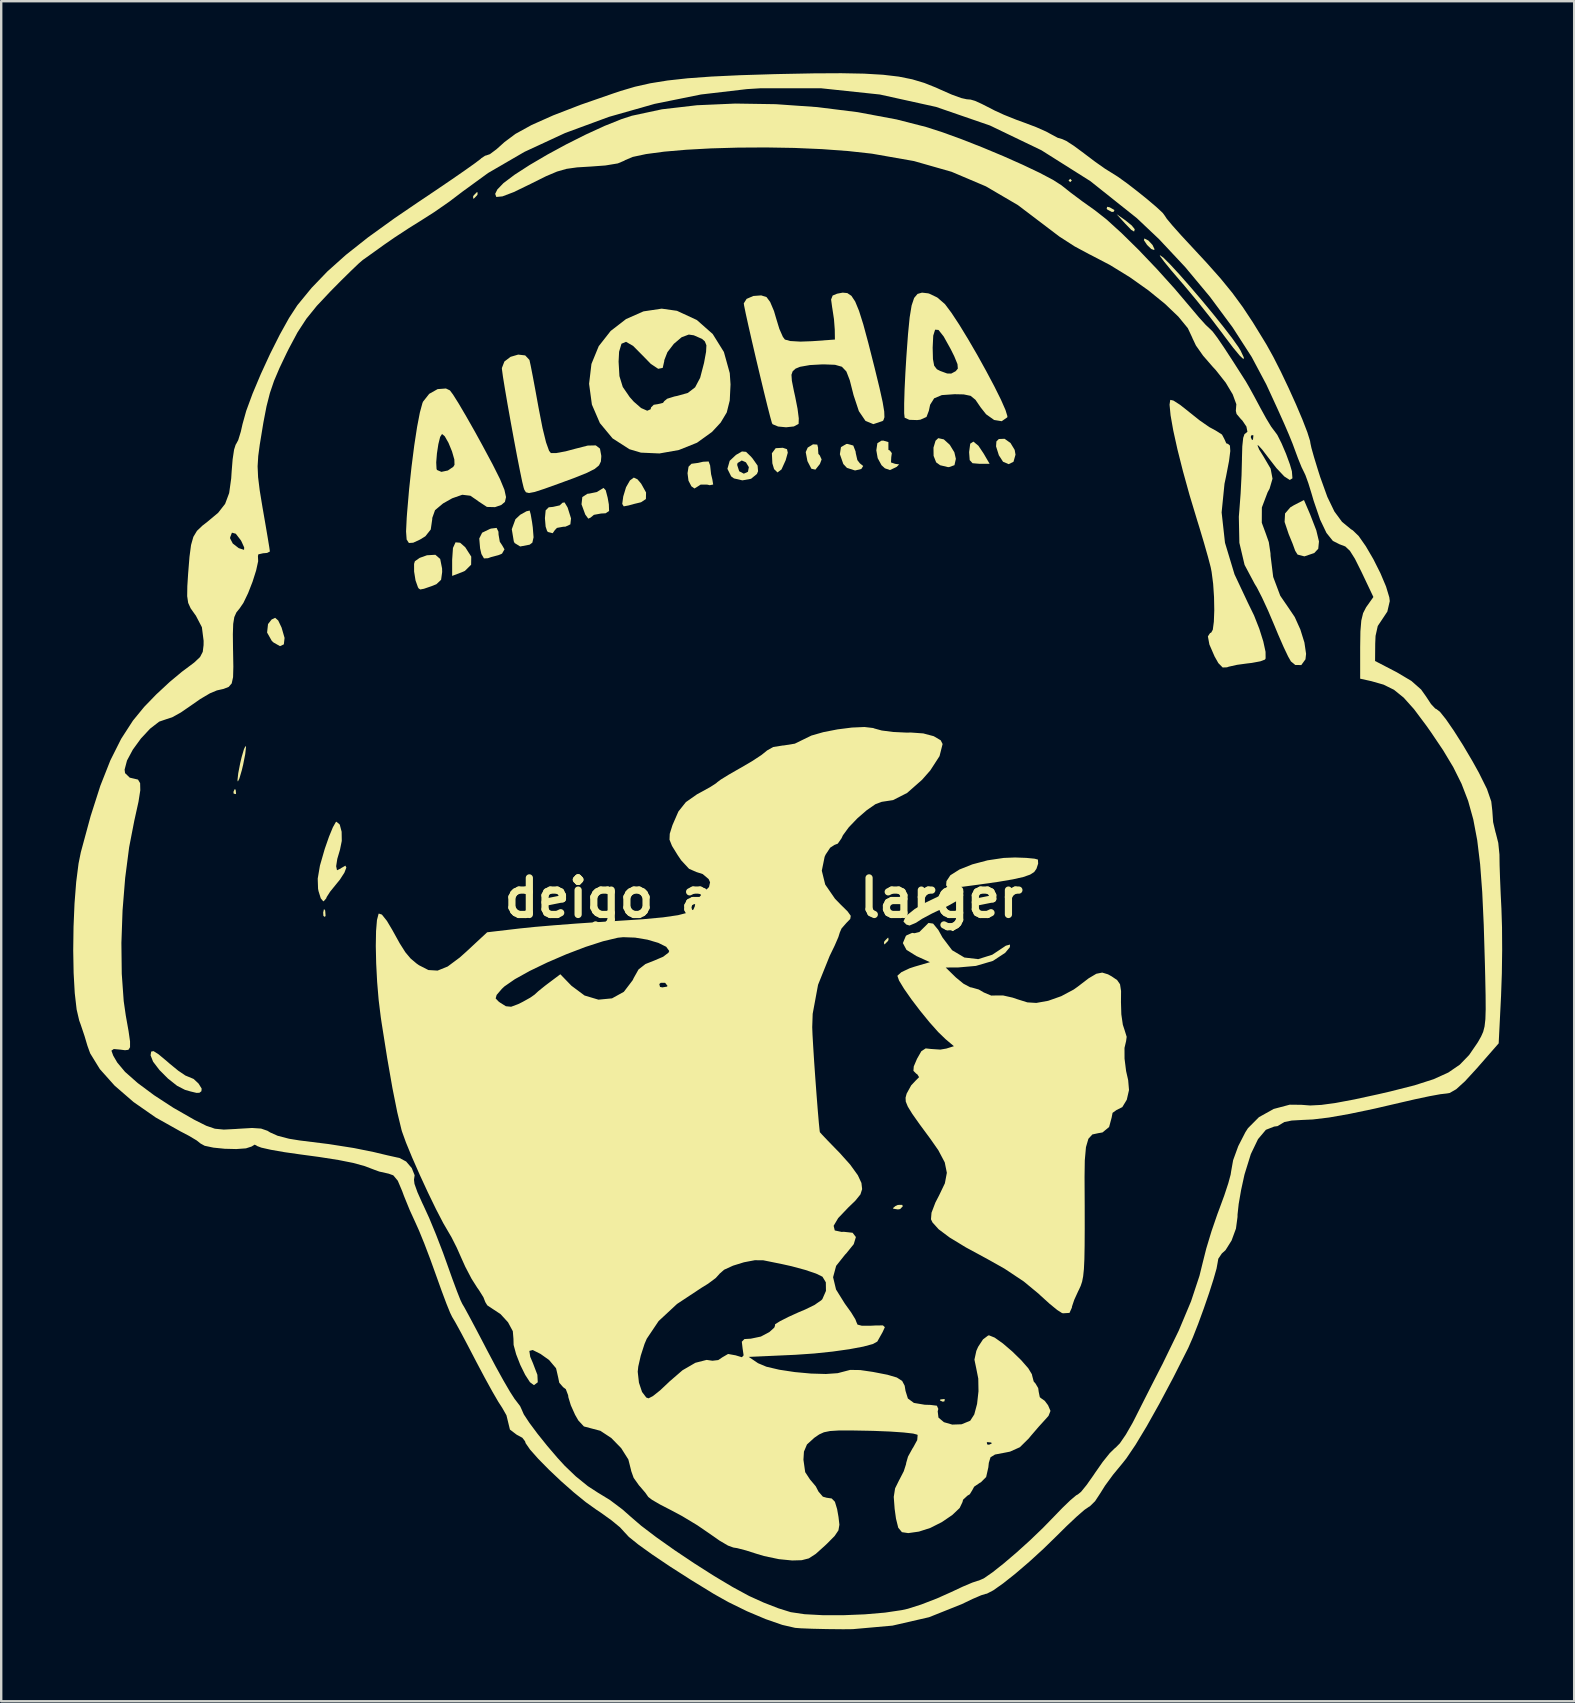
<source format=kicad_pcb>
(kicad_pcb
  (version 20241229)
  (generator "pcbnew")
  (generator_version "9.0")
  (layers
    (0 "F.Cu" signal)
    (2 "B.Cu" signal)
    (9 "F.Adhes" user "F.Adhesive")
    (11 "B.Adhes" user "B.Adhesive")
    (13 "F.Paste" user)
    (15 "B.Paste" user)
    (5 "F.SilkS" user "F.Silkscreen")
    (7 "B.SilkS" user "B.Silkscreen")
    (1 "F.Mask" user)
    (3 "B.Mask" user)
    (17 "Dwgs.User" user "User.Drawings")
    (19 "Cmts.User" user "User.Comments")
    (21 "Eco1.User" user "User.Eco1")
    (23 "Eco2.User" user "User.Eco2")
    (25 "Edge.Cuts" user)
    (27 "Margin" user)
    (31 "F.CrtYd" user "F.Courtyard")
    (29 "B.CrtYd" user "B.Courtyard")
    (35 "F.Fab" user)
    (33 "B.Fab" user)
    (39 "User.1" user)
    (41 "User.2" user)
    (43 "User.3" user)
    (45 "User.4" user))
  (footprint "deigo aloha larger"
    (layer "F.Cu")
    (at 28.761 34.354)
    (property "Reference" "deigo aloha larger" (at 0 0 0) (layer "F.SilkS") (effects (font (size 1.524 1.524) (thickness 0.3))))
    (attr board_only exclude_from_pos_files exclude_from_bom)
    (fp_poly (pts (xy 12.838 -29.886) (xy 12.769 -29.817) (xy 12.7 -29.886) (xy 12.769 -29.955)) (stroke (width 0) (type solid)) (fill yes) (layer "F.SilkS"))
    (fp_poly (pts (xy -21.995 -4.509) (xy -21.978 -4.346) (xy -21.995 -4.325) (xy -22.077 -4.344) (xy -22.087 -4.417) (xy -22.036 -4.531)) (stroke (width 0) (type solid)) (fill yes) (layer "F.SilkS"))
    (fp_poly (pts (xy -18.265 0.526) (xy -18.249 0.742) (xy -18.276 0.791) (xy -18.339 0.75) (xy -18.349 0.61) (xy -18.315 0.462)) (stroke (width 0) (type solid)) (fill yes) (layer "F.SilkS"))
    (fp_poly (pts (xy 7.546 20.891) (xy 7.527 20.973) (xy 7.454 20.983) (xy 7.341 20.932) (xy 7.362 20.891) (xy 7.526 20.874)) (stroke (width 0) (type solid)) (fill yes) (layer "F.SilkS"))
    (fp_poly (pts (xy 14.418 -28.766) (xy 14.613 -28.654) (xy 14.58 -28.582) (xy 14.503 -28.575) (xy 14.316 -28.675) (xy 14.288 -28.711) (xy 14.311 -28.79)) (stroke (width 0) (type solid)) (fill yes) (layer "F.SilkS"))
    (fp_poly (pts (xy -11.915 -29.314) (xy -11.941 -29.265) (xy -12.071 -29.133) (xy -12.095 -29.127) (xy -12.105 -29.216) (xy -12.079 -29.265) (xy -11.949 -29.397) (xy -11.924 -29.403)) (stroke (width 0) (type solid)) (fill yes) (layer "F.SilkS"))
    (fp_poly (pts (xy 5.202 1.746) (xy 5.177 1.795) (xy 5.047 1.926) (xy 5.022 1.933) (xy 5.013 1.843) (xy 5.039 1.795) (xy 5.169 1.663) (xy 5.193 1.657)) (stroke (width 0) (type solid)) (fill yes) (layer "F.SilkS"))
    (fp_poly (pts (xy 5.798 12.842) (xy 5.686 12.961) (xy 5.591 12.976) (xy 5.407 12.947) (xy 5.384 12.922) (xy 5.492 12.833) (xy 5.591 12.788) (xy 5.769 12.785)) (stroke (width 0) (type solid)) (fill yes) (layer "F.SilkS"))
    (fp_poly (pts (xy 8.089 1.171) (xy 8.076 1.242) (xy 7.899 1.375) (xy 7.86 1.38) (xy 7.734 1.275) (xy 7.73 1.242) (xy 7.843 1.121) (xy 7.946 1.104)) (stroke (width 0) (type solid)) (fill yes) (layer "F.SilkS"))
    (fp_poly (pts (xy 16.027 -27.384) (xy 16.198 -27.2) (xy 16.28 -27.028) (xy 16.267 -26.988) (xy 16.144 -27.033) (xy 15.973 -27.199) (xy 15.841 -27.397) (xy 15.859 -27.471)) (stroke (width 0) (type solid)) (fill yes) (layer "F.SilkS"))
    (fp_poly (pts (xy 15.077 -28.219) (xy 15.334 -28.01) (xy 15.455 -27.858) (xy 15.457 -27.85) (xy 15.431 -27.758) (xy 15.313 -27.828) (xy 15.064 -28.085) (xy 15.036 -28.115) (xy 14.702 -28.484)) (stroke (width 0) (type solid)) (fill yes) (layer "F.SilkS"))
    (fp_poly (pts (xy -12.646 -14.796) (xy -12.432 -14.61) (xy -12.181 -14.218) (xy -12.186 -13.879) (xy -12.444 -13.624) (xy -12.562 -13.571) (xy -12.976 -13.414) (xy -12.976 -14.084) (xy -12.942 -14.579) (xy -12.835 -14.813)) (stroke (width 0) (type solid)) (fill yes) (layer "F.SilkS"))
    (fp_poly (pts (xy 0.972 -18.693) (xy 1.005 -18.547) (xy 0.917 -18.232) (xy 0.743 -17.849) (xy 0.576 -17.724) (xy 0.434 -17.863) (xy 0.362 -18.104) (xy 0.343 -18.523) (xy 0.5 -18.734) (xy 0.797 -18.751)) (stroke (width 0) (type solid)) (fill yes) (layer "F.SilkS"))
    (fp_poly (pts (xy 8.945 -18.837) (xy 9.157 -18.521) (xy 9.412 -18.084) (xy 8.986 -18.084) (xy 8.701 -18.108) (xy 8.583 -18.238) (xy 8.559 -18.556) (xy 8.559 -18.578) (xy 8.605 -18.922) (xy 8.737 -19.008)) (stroke (width 0) (type solid)) (fill yes) (layer "F.SilkS"))
    (fp_poly (pts (xy -20.222 -11.557) (xy -20.081 -11.261) (xy -19.957 -10.831) (xy -19.987 -10.563) (xy -20.148 -10.488) (xy -20.417 -10.64) (xy -20.49 -10.708) (xy -20.685 -11.055) (xy -20.646 -11.408) (xy -20.499 -11.596) (xy -20.349 -11.668)) (stroke (width 0) (type solid)) (fill yes) (layer "F.SilkS"))
    (fp_poly (pts (xy 10.282 -18.951) (xy 10.456 -18.664) (xy 10.491 -18.465) (xy 10.407 -18.168) (xy 10.206 -18.069) (xy 9.972 -18.169) (xy 9.798 -18.438) (xy 9.681 -18.809) (xy 9.695 -19.016) (xy 9.795 -19.116) (xy 10.035 -19.126)) (stroke (width 0) (type solid)) (fill yes) (layer "F.SilkS"))
    (fp_poly (pts (xy -21.564 -6.281) (xy -21.596 -5.989) (xy -21.681 -5.557) (xy -21.739 -5.315) (xy -21.836 -4.984) (xy -21.901 -4.849) (xy -21.919 -4.901) (xy -21.887 -5.193) (xy -21.803 -5.625) (xy -21.745 -5.867) (xy -21.648 -6.198) (xy -21.582 -6.333)) (stroke (width 0) (type solid)) (fill yes) (layer "F.SilkS"))
    (fp_poly (pts (xy 7.505 -19.101) (xy 7.753 -18.875) (xy 7.944 -18.562) (xy 8.007 -18.291) (xy 7.948 -18.027) (xy 7.725 -17.947) (xy 7.678 -17.946) (xy 7.352 -18.024) (xy 7.185 -18.144) (xy 7.079 -18.415) (xy 7.074 -18.757) (xy 7.16 -19.045) (xy 7.273 -19.152)) (stroke (width 0) (type solid)) (fill yes) (layer "F.SilkS"))
    (fp_poly (pts (xy 2.234 -18.884) (xy 2.27 -18.737) (xy 2.264 -18.719) (xy 2.28 -18.495) (xy 2.338 -18.434) (xy 2.414 -18.264) (xy 2.342 -18.075) (xy 2.156 -17.841) (xy 1.988 -17.878) (xy 1.827 -18.188) (xy 1.821 -18.207) (xy 1.752 -18.572) (xy 1.835 -18.759) (xy 2.056 -18.895)) (stroke (width 0) (type solid)) (fill yes) (layer "F.SilkS"))
    (fp_poly (pts (xy -9.747 -16.135) (xy -9.704 -15.979) (xy -9.646 -15.642) (xy -9.618 -15.439) (xy -9.585 -15.022) (xy -9.635 -14.8) (xy -9.748 -14.715) (xy -10.142 -14.64) (xy -10.374 -14.783) (xy -10.408 -14.851) (xy -10.492 -15.359) (xy -10.34 -15.775) (xy -10.142 -15.96) (xy -9.884 -16.105) (xy -9.748 -16.136)) (stroke (width 0) (type solid)) (fill yes) (layer "F.SilkS"))
    (fp_poly (pts (xy -5.258 -17.439) (xy -5.102 -17.255) (xy -4.899 -16.89) (xy -4.905 -16.616) (xy -5.108 -16.482) (xy -5.406 -16.41) (xy -5.625 -16.349) (xy -5.829 -16.311) (xy -5.891 -16.412) (xy -5.85 -16.716) (xy -5.849 -16.722) (xy -5.733 -17.106) (xy -5.571 -17.389) (xy -5.567 -17.393) (xy -5.409 -17.51)) (stroke (width 0) (type solid)) (fill yes) (layer "F.SilkS"))
    (fp_poly (pts (xy 3.733 -18.845) (xy 3.83 -18.595) (xy 3.836 -18.532) (xy 3.903 -18.239) (xy 4.004 -18.107) (xy 4.146 -17.991) (xy 4.068 -17.868) (xy 3.818 -17.808) (xy 3.801 -17.808) (xy 3.47 -17.913) (xy 3.318 -18.075) (xy 3.175 -18.483) (xy 3.22 -18.778) (xy 3.441 -18.909) (xy 3.49 -18.912)) (stroke (width 0) (type solid)) (fill yes) (layer "F.SilkS"))
    (fp_poly (pts (xy -13.475 -14.121) (xy -13.396 -13.725) (xy -13.392 -13.576) (xy -13.437 -13.252) (xy -13.631 -13.069) (xy -13.825 -12.99) (xy -14.152 -12.878) (xy -14.305 -12.849) (xy -14.372 -12.894) (xy -14.401 -12.942) (xy -14.502 -13.227) (xy -14.561 -13.596) (xy -14.562 -13.915) (xy -14.529 -14.025) (xy -14.329 -14.165) (xy -14.025 -14.274) (xy -13.675 -14.294)) (stroke (width 0) (type solid)) (fill yes) (layer "F.SilkS"))
    (fp_poly (pts (xy -11.048 -15.256) (xy -11.043 -15.133) (xy -10.991 -14.835) (xy -10.898 -14.697) (xy -10.796 -14.521) (xy -10.899 -14.341) (xy -11.051 -14.278) (xy -11.355 -14.198) (xy -11.484 -14.151) (xy -11.651 -14.143) (xy -11.757 -14.326) (xy -11.812 -14.562) (xy -11.847 -14.973) (xy -11.727 -15.214) (xy -11.404 -15.37) (xy -11.354 -15.386) (xy -11.124 -15.414)) (stroke (width 0) (type solid)) (fill yes) (layer "F.SilkS"))
    (fp_poly (pts (xy -6.579 -16.982) (xy -6.498 -16.672) (xy -6.449 -16.393) (xy -6.439 -16.119) (xy -6.583 -16.023) (xy -6.772 -16.013) (xy -7.071 -15.958) (xy -7.213 -15.841) (xy -7.305 -15.799) (xy -7.431 -15.97) (xy -7.587 -16.396) (xy -7.554 -16.699) (xy -7.338 -16.837) (xy -7.275 -16.841) (xy -6.953 -16.907) (xy -6.796 -17.002) (xy -6.671 -17.079)) (stroke (width 0) (type solid)) (fill yes) (layer "F.SilkS"))
    (fp_poly (pts (xy 22.763 -15.978) (xy 23.02 -15.315) (xy 23.132 -14.85) (xy 23.102 -14.545) (xy 22.935 -14.367) (xy 22.933 -14.366) (xy 22.525 -14.228) (xy 22.241 -14.302) (xy 22.142 -14.46) (xy 22.036 -14.751) (xy 21.881 -15.129) (xy 21.87 -15.155) (xy 21.7 -15.662) (xy 21.719 -16.015) (xy 21.939 -16.27) (xy 22.09 -16.36) (xy 22.507 -16.575)) (stroke (width 0) (type solid)) (fill yes) (layer "F.SilkS"))
    (fp_poly (pts (xy -2.228 -18.009) (xy -2.228 -17.994) (xy -2.19 -17.65) (xy -2.138 -17.437) (xy -2.103 -17.22) (xy -2.246 -17.192) (xy -2.347 -17.216) (xy -2.624 -17.218) (xy -2.748 -17.138) (xy -2.883 -17.056) (xy -3.01 -17.146) (xy -3.132 -17.382) (xy -3.171 -17.692) (xy -3.129 -17.963) (xy -3.008 -18.085) (xy -3.002 -18.086) (xy -2.735 -18.121) (xy -2.527 -18.169) (xy -2.292 -18.181)) (stroke (width 0) (type solid)) (fill yes) (layer "F.SilkS"))
    (fp_poly (pts (xy 5.196 -18.989) (xy 5.196 -18.843) (xy 5.197 -18.665) (xy 5.259 -18.636) (xy 5.339 -18.528) (xy 5.315 -18.36) (xy 5.304 -18.14) (xy 5.478 -18.082) (xy 5.644 -18.059) (xy 5.55 -17.964) (xy 5.522 -17.946) (xy 5.261 -17.823) (xy 5.051 -17.896) (xy 4.91 -18.025) (xy 4.75 -18.319) (xy 4.693 -18.646) (xy 4.737 -18.942) (xy 4.904 -19.046) (xy 4.984 -19.05)) (stroke (width 0) (type solid)) (fill yes) (layer "F.SilkS"))
    (fp_poly (pts (xy 8.28 -0.232) (xy 8.319 -0.107) (xy 8.117 0.084) (xy 7.683 0.329) (xy 7.501 0.414) (xy 7.012 0.649) (xy 6.604 0.867) (xy 6.361 1.025) (xy 6.353 1.032) (xy 6.076 1.15) (xy 5.938 1.106) (xy 5.823 0.984) (xy 5.899 0.813) (xy 5.997 0.698) (xy 6.293 0.461) (xy 6.739 0.198) (xy 7.238 -0.044) (xy 7.695 -0.217) (xy 7.99 -0.276)) (stroke (width 0) (type solid)) (fill yes) (layer "F.SilkS"))
    (fp_poly (pts (xy -8.172 -16.273) (xy -8.161 -16.246) (xy -8.024 -15.809) (xy -8.052 -15.561) (xy -8.255 -15.466) (xy -8.352 -15.461) (xy -8.611 -15.414) (xy -8.697 -15.323) (xy -8.788 -15.193) (xy -8.977 -15.241) (xy -9.019 -15.277) (xy -9.082 -15.466) (xy -9.111 -15.802) (xy -9.111 -15.829) (xy -9.081 -16.146) (xy -8.953 -16.272) (xy -8.777 -16.289) (xy -8.496 -16.352) (xy -8.38 -16.462) (xy -8.294 -16.476)) (stroke (width 0) (type solid)) (fill yes) (layer "F.SilkS"))
    (fp_poly (pts (xy -25.206 6.514) (xy -24.843 6.817) (xy -24.746 6.902) (xy -24.386 7.197) (xy -24.091 7.397) (xy -23.953 7.454) (xy -23.747 7.54) (xy -23.539 7.734) (xy -23.411 7.942) (xy -23.421 8.052) (xy -23.503 8.116) (xy -23.627 8.121) (xy -23.88 8.06) (xy -24.107 7.994) (xy -24.435 7.825) (xy -24.813 7.526) (xy -25.169 7.169) (xy -25.434 6.822) (xy -25.538 6.557) (xy -25.538 6.557) (xy -25.514 6.401) (xy -25.416 6.381)) (stroke (width 0) (type solid)) (fill yes) (layer "F.SilkS"))
    (fp_poly (pts (xy 10.938 -1.668) (xy 11.284 -1.635) (xy 11.425 -1.597) (xy 11.434 -1.429) (xy 11.363 -1.213) (xy 11.271 -1.082) (xy 11.1 -0.971) (xy 10.813 -0.871) (xy 10.378 -0.773) (xy 9.758 -0.668) (xy 8.918 -0.549) (xy 8.305 -0.468) (xy 7.881 -0.42) (xy 7.668 -0.432) (xy 7.601 -0.524) (xy 7.615 -0.699) (xy 7.777 -0.944) (xy 8.156 -1.184) (xy 8.692 -1.398) (xy 9.326 -1.566) (xy 9.998 -1.666) (xy 10.471 -1.685)) (stroke (width 0) (type solid)) (fill yes) (layer "F.SilkS"))
    (fp_poly (pts (xy 16.644 -26.679) (xy 16.924 -26.4) (xy 17.306 -25.986) (xy 17.754 -25.477) (xy 18.234 -24.915) (xy 18.711 -24.339) (xy 19.15 -23.792) (xy 19.518 -23.313) (xy 19.78 -22.943) (xy 19.867 -22.8) (xy 20.002 -22.512) (xy 19.99 -22.442) (xy 19.839 -22.581) (xy 19.558 -22.919) (xy 19.158 -23.447) (xy 19.116 -23.505) (xy 18.628 -24.148) (xy 18.056 -24.866) (xy 17.502 -25.532) (xy 17.351 -25.706) (xy 16.972 -26.149) (xy 16.684 -26.502) (xy 16.52 -26.725) (xy 16.499 -26.78)) (stroke (width 0) (type solid)) (fill yes) (layer "F.SilkS"))
    (fp_poly (pts (xy -0.734 -18.582) (xy -0.529 -18.384) (xy -0.465 -18.31) (xy -0.253 -18.009) (xy -0.233 -17.775) (xy -0.28 -17.661) (xy -0.525 -17.46) (xy -0.886 -17.394) (xy -1.237 -17.475) (xy -1.353 -17.559) (xy -1.51 -17.875) (xy -1.463 -18.038) (xy -1.104 -18.038) (xy -1.019 -17.773) (xy -0.826 -17.673) (xy -0.654 -17.752) (xy -0.617 -17.944) (xy -0.738 -18.145) (xy -0.912 -18.222) (xy -1.086 -18.117) (xy -1.104 -18.038) (xy -1.463 -18.038) (xy -1.415 -18.208) (xy -1.155 -18.453) (xy -0.904 -18.598)) (stroke (width 0) (type solid)) (fill yes) (layer "F.SilkS"))
    (fp_poly (pts (xy -17.658 -3.055) (xy -17.58 -2.757) (xy -17.574 -2.374) (xy -17.649 -2.006) (xy -17.761 -1.626) (xy -17.808 -1.322) (xy -17.808 -1.319) (xy -17.773 -1.153) (xy -17.627 -1.221) (xy -17.601 -1.242) (xy -17.423 -1.344) (xy -17.383 -1.264) (xy -17.464 -1.054) (xy -17.652 -0.762) (xy -17.81 -0.568) (xy -18.059 -0.261) (xy -18.205 -0.034) (xy -18.222 0.019) (xy -18.326 0.136) (xy -18.348 0.138) (xy -18.449 0.017) (xy -18.543 -0.285) (xy -18.562 -0.384) (xy -18.576 -0.805) (xy -18.484 -1.346) (xy -18.284 -2.04) (xy -18.106 -2.551) (xy -17.945 -2.942) (xy -17.826 -3.154) (xy -17.796 -3.175)) (stroke (width 0) (type solid)) (fill yes) (layer "F.SilkS"))
    (fp_poly (pts (xy -9.933 -22.599) (xy -9.758 -22.412) (xy -9.754 -22.398) (xy -9.705 -22.175) (xy -9.62 -21.741) (xy -9.51 -21.154) (xy -9.387 -20.476) (xy -9.369 -20.38) (xy -9.211 -19.57) (xy -9.065 -18.978) (xy -8.939 -18.626) (xy -8.864 -18.532) (xy -8.638 -18.532) (xy -8.246 -18.604) (xy -7.873 -18.704) (xy -7.33 -18.843) (xy -6.993 -18.851) (xy -6.819 -18.717) (xy -6.765 -18.426) (xy -6.764 -18.375) (xy -6.781 -18.178) (xy -6.859 -18.018) (xy -7.038 -17.87) (xy -7.359 -17.708) (xy -7.863 -17.505) (xy -8.534 -17.258) (xy -9.141 -17.04) (xy -9.538 -16.911) (xy -9.775 -16.866) (xy -9.902 -16.897) (xy -9.968 -17) (xy -9.996 -17.083) (xy -10.058 -17.337) (xy -10.153 -17.798) (xy -10.273 -18.407) (xy -10.405 -19.109) (xy -10.54 -19.847) (xy -10.668 -20.563) (xy -10.777 -21.201) (xy -10.859 -21.704) (xy -10.901 -22.015) (xy -10.905 -22.073) (xy -10.8 -22.345) (xy -10.543 -22.54) (xy -10.225 -22.633)) (stroke (width 0) (type solid)) (fill yes) (layer "F.SilkS"))
    (fp_poly (pts (xy 17.065 -20.72) (xy 17.341 -20.544) (xy 17.706 -20.257) (xy 17.735 -20.232) (xy 18.162 -19.892) (xy 18.561 -19.615) (xy 18.828 -19.47) (xy 19.092 -19.302) (xy 19.188 -19.122) (xy 19.271 -18.937) (xy 19.344 -18.912) (xy 19.423 -18.843) (xy 19.438 -18.616) (xy 19.385 -18.199) (xy 19.262 -17.559) (xy 19.197 -17.255) (xy 19.077 -16.059) (xy 19.217 -14.795) (xy 19.614 -13.479) (xy 20.175 -12.286) (xy 20.427 -11.769) (xy 20.646 -11.213) (xy 20.812 -10.686) (xy 20.907 -10.252) (xy 20.909 -9.977) (xy 20.883 -9.929) (xy 20.69 -9.856) (xy 20.329 -9.789) (xy 20.154 -9.769) (xy 19.72 -9.71) (xy 19.376 -9.633) (xy 19.3 -9.606) (xy 19.12 -9.599) (xy 18.941 -9.781) (xy 18.783 -10.06) (xy 18.567 -10.558) (xy 18.505 -10.894) (xy 18.6 -11.04) (xy 18.636 -11.043) (xy 18.709 -11.17) (xy 18.753 -11.504) (xy 18.771 -11.979) (xy 18.761 -12.527) (xy 18.724 -13.084) (xy 18.66 -13.58) (xy 18.621 -13.778) (xy 18.51 -14.201) (xy 18.343 -14.788) (xy 18.148 -15.44) (xy 18.056 -15.737) (xy 17.742 -16.777) (xy 17.467 -17.771) (xy 17.237 -18.682) (xy 17.062 -19.473) (xy 16.95 -20.107) (xy 16.908 -20.548) (xy 16.937 -20.747)) (stroke (width 0) (type solid)) (fill yes) (layer "F.SilkS"))
    (fp_poly (pts (xy -13.069 -21.141) (xy -12.94 -20.969) (xy -12.706 -20.597) (xy -12.395 -20.068) (xy -12.031 -19.427) (xy -11.732 -18.883) (xy -11.291 -18.061) (xy -10.982 -17.445) (xy -10.798 -17) (xy -10.732 -16.696) (xy -10.778 -16.497) (xy -10.928 -16.37) (xy -11.175 -16.284) (xy -11.195 -16.279) (xy -11.527 -16.287) (xy -11.877 -16.516) (xy -11.897 -16.534) (xy -12.217 -16.754) (xy -12.554 -16.794) (xy -12.973 -16.648) (xy -13.356 -16.432) (xy -13.689 -16.153) (xy -13.804 -15.83) (xy -13.806 -15.773) (xy -13.868 -15.347) (xy -14.092 -15.065) (xy -14.313 -14.929) (xy -14.598 -14.797) (xy -14.778 -14.785) (xy -14.872 -14.93) (xy -14.896 -15.266) (xy -14.869 -15.831) (xy -14.853 -16.048) (xy -14.77 -17.015) (xy -14.668 -17.965) (xy -14.645 -18.143) (xy -13.64 -18.143) (xy -13.627 -17.878) (xy -13.609 -17.827) (xy -13.425 -17.748) (xy -13.155 -17.805) (xy -12.928 -17.959) (xy -12.878 -18.041) (xy -12.885 -18.263) (xy -12.982 -18.6) (xy -13.128 -18.956) (xy -13.284 -19.23) (xy -13.398 -19.326) (xy -13.476 -19.204) (xy -13.551 -18.902) (xy -13.61 -18.517) (xy -13.64 -18.143) (xy -14.645 -18.143) (xy -14.555 -18.848) (xy -14.437 -19.617) (xy -14.321 -20.22) (xy -14.215 -20.61) (xy -14.19 -20.671) (xy -13.932 -20.998) (xy -13.582 -21.195) (xy -13.235 -21.221)) (stroke (width 0) (type solid)) (fill yes) (layer "F.SilkS"))
    (fp_poly (pts (xy 6.842 -25.186) (xy 6.89 -25.175) (xy 7.23 -25.013) (xy 7.552 -24.735) (xy 7.556 -24.73) (xy 7.82 -24.377) (xy 8.149 -23.878) (xy 8.516 -23.276) (xy 8.899 -22.618) (xy 9.27 -21.948) (xy 9.607 -21.313) (xy 9.883 -20.758) (xy 10.073 -20.327) (xy 10.153 -20.067) (xy 10.149 -20.02) (xy 9.916 -19.858) (xy 9.601 -19.909) (xy 9.265 -20.148) (xy 9.042 -20.43) (xy 8.822 -20.751) (xy 8.62 -20.915) (xy 8.332 -20.975) (xy 7.953 -20.983) (xy 7.422 -20.946) (xy 7.102 -20.812) (xy 6.934 -20.543) (xy 6.881 -20.292) (xy 6.783 -20.035) (xy 6.53 -19.922) (xy 6.397 -19.905) (xy 6.068 -19.916) (xy 5.876 -20.002) (xy 5.873 -20.006) (xy 5.853 -20.185) (xy 5.853 -20.591) (xy 5.87 -21.177) (xy 5.905 -21.894) (xy 5.944 -22.533) (xy 5.972 -22.922) (xy 7.04 -22.922) (xy 7.052 -22.445) (xy 7.103 -22.17) (xy 7.217 -22.022) (xy 7.351 -21.953) (xy 7.643 -21.846) (xy 7.813 -21.842) (xy 7.993 -21.938) (xy 7.999 -21.941) (xy 8.089 -22.049) (xy 8.074 -22.236) (xy 7.939 -22.564) (xy 7.792 -22.86) (xy 7.497 -23.39) (xy 7.283 -23.66) (xy 7.142 -23.671) (xy 7.064 -23.423) (xy 7.04 -22.922) (xy 5.972 -22.922) (xy 6.013 -23.481) (xy 6.082 -24.185) (xy 6.163 -24.678) (xy 6.268 -24.992) (xy 6.409 -25.16) (xy 6.596 -25.214)) (stroke (width 0) (type solid)) (fill yes) (layer "F.SilkS"))
    (fp_poly (pts (xy -3.611 -24.457) (xy -2.782 -24.073) (xy -2.122 -23.49) (xy -1.656 -22.741) (xy -1.412 -21.862) (xy -1.38 -21.39) (xy -1.413 -20.72) (xy -1.538 -20.222) (xy -1.793 -19.798) (xy -2.153 -19.41) (xy -2.776 -18.962) (xy -3.534 -18.658) (xy -4.342 -18.515) (xy -5.113 -18.549) (xy -5.591 -18.691) (xy -6.294 -19.143) (xy -6.822 -19.779) (xy -7.155 -20.551) (xy -7.272 -21.416) (xy -7.174 -22.242) (xy -7.135 -22.339) (xy -6.043 -22.339) (xy -6.008 -21.737) (xy -5.869 -21.285) (xy -5.58 -20.863) (xy -5.41 -20.672) (xy -5.104 -20.406) (xy -4.85 -20.295) (xy -4.707 -20.356) (xy -4.693 -20.43) (xy -4.578 -20.543) (xy -4.417 -20.568) (xy -4.193 -20.621) (xy -4.141 -20.694) (xy -4.02 -20.794) (xy -3.716 -20.889) (xy -3.601 -20.912) (xy -3.159 -21.036) (xy -2.855 -21.27) (xy -2.645 -21.668) (xy -2.484 -22.285) (xy -2.399 -22.748) (xy -2.385 -23.021) (xy -2.45 -23.183) (xy -2.565 -23.286) (xy -2.911 -23.437) (xy -3.12 -23.467) (xy -3.417 -23.356) (xy -3.742 -23.081) (xy -4.01 -22.732) (xy -4.139 -22.401) (xy -4.141 -22.361) (xy -4.205 -22.079) (xy -4.393 -22.041) (xy -4.699 -22.244) (xy -5.026 -22.579) (xy -5.438 -22.995) (xy -5.733 -23.165) (xy -5.923 -23.085) (xy -6.022 -22.752) (xy -6.043 -22.339) (xy -7.135 -22.339) (xy -6.871 -22.983) (xy -6.373 -23.618) (xy -5.734 -24.112) (xy -5.008 -24.433) (xy -4.247 -24.547)) (stroke (width 0) (type solid)) (fill yes) (layer "F.SilkS"))
    (fp_poly (pts (xy 3.486 -25.195) (xy 3.655 -25.081) (xy 3.812 -24.845) (xy 3.972 -24.457) (xy 4.151 -23.889) (xy 4.361 -23.111) (xy 4.619 -22.094) (xy 4.633 -22.037) (xy 4.829 -21.231) (xy 4.957 -20.653) (xy 5.022 -20.263) (xy 5.031 -20.024) (xy 4.988 -19.897) (xy 4.953 -19.865) (xy 4.569 -19.736) (xy 4.241 -19.872) (xy 3.966 -20.276) (xy 3.743 -20.949) (xy 3.735 -20.983) (xy 3.587 -21.565) (xy 3.446 -21.929) (xy 3.259 -22.127) (xy 2.973 -22.208) (xy 2.533 -22.225) (xy 2.437 -22.225) (xy 1.926 -22.197) (xy 1.514 -22.124) (xy 1.329 -22.048) (xy 1.209 -21.939) (xy 1.158 -21.793) (xy 1.175 -21.543) (xy 1.259 -21.121) (xy 1.313 -20.878) (xy 1.412 -20.376) (xy 1.463 -19.975) (xy 1.456 -19.754) (xy 1.452 -19.744) (xy 1.259 -19.64) (xy 0.935 -19.605) (xy 0.601 -19.637) (xy 0.376 -19.731) (xy 0.347 -19.775) (xy 0.276 -20.028) (xy 0.16 -20.479) (xy 0.013 -21.075) (xy -0.152 -21.762) (xy -0.324 -22.485) (xy -0.488 -23.191) (xy -0.633 -23.827) (xy -0.746 -24.339) (xy -0.814 -24.672) (xy -0.828 -24.769) (xy -0.71 -24.954) (xy -0.43 -25.075) (xy -0.102 -25.099) (xy 0.119 -25.029) (xy 0.27 -24.826) (xy 0.43 -24.449) (xy 0.519 -24.146) (xy 0.653 -23.706) (xy 0.799 -23.375) (xy 0.884 -23.26) (xy 1.111 -23.198) (xy 1.529 -23.174) (xy 2.015 -23.191) (xy 2.968 -23.26) (xy 2.962 -23.674) (xy 2.929 -24.107) (xy 2.858 -24.578) (xy 2.855 -24.589) (xy 2.809 -24.928) (xy 2.874 -25.093) (xy 3.056 -25.169) (xy 3.291 -25.214)) (stroke (width 0) (type solid)) (fill yes) (layer "F.SilkS"))
    (fp_poly (pts (xy 7.058 1.069) (xy 7.275 1.333) (xy 7.449 1.647) (xy 7.85 2.178) (xy 8.363 2.483) (xy 8.938 2.55) (xy 9.523 2.366) (xy 9.774 2.2) (xy 10.09 1.989) (xy 10.262 1.943) (xy 10.256 2.052) (xy 10.061 2.287) (xy 9.549 2.624) (xy 8.84 2.832) (xy 8.105 2.896) (xy 7.583 2.899) (xy 8.007 3.313) (xy 8.324 3.573) (xy 8.602 3.72) (xy 8.667 3.732) (xy 8.961 3.815) (xy 9.173 3.939) (xy 9.48 4.068) (xy 9.693 4.063) (xy 9.969 4.062) (xy 10.371 4.153) (xy 10.555 4.216) (xy 10.985 4.351) (xy 11.356 4.374) (xy 11.822 4.291) (xy 11.861 4.282) (xy 12.396 4.093) (xy 12.917 3.815) (xy 13.077 3.701) (xy 13.537 3.349) (xy 13.857 3.159) (xy 14.103 3.11) (xy 14.342 3.182) (xy 14.496 3.267) (xy 14.724 3.422) (xy 14.845 3.597) (xy 14.888 3.878) (xy 14.884 4.343) (xy 14.899 4.849) (xy 14.962 5.284) (xy 15.03 5.49) (xy 15.122 5.786) (xy 15.097 5.967) (xy 15.031 6.247) (xy 15.033 6.695) (xy 15.098 7.213) (xy 15.184 7.591) (xy 15.219 8.003) (xy 15.126 8.407) (xy 14.94 8.714) (xy 14.698 8.835) (xy 14.534 8.953) (xy 14.495 9.152) (xy 14.39 9.542) (xy 14.115 9.769) (xy 13.932 9.801) (xy 13.692 9.853) (xy 13.527 10.034) (xy 13.426 10.382) (xy 13.377 10.934) (xy 13.367 11.628) (xy 13.373 12.815) (xy 13.374 13.76) (xy 13.37 14.493) (xy 13.36 15.05) (xy 13.34 15.462) (xy 13.309 15.761) (xy 13.266 15.982) (xy 13.208 16.157) (xy 13.134 16.319) (xy 13.105 16.375) (xy 12.938 16.741) (xy 12.845 17.017) (xy 12.838 17.069) (xy 12.74 17.286) (xy 12.469 17.303) (xy 12.424 17.29) (xy 12.229 17.166) (xy 11.904 16.9) (xy 11.515 16.547) (xy 11.458 16.492) (xy 10.835 15.977) (xy 10.032 15.443) (xy 9.327 15.047) (xy 8.418 14.554) (xy 7.746 14.145) (xy 7.291 13.804) (xy 7.033 13.519) (xy 6.97 13.387) (xy 6.992 13.113) (xy 7.154 12.688) (xy 7.308 12.391) (xy 7.549 11.887) (xy 7.631 11.451) (xy 7.543 11.015) (xy 7.275 10.509) (xy 6.939 10.028) (xy 6.491 9.421) (xy 6.188 8.991) (xy 6.005 8.693) (xy 5.92 8.485) (xy 5.911 8.321) (xy 5.954 8.159) (xy 5.961 8.142) (xy 6.146 7.807) (xy 6.32 7.621) (xy 6.475 7.466) (xy 6.4 7.348) (xy 6.354 7.319) (xy 6.239 7.203) (xy 6.253 7.018) (xy 6.389 6.7) (xy 6.571 6.382) (xy 6.75 6.268) (xy 6.96 6.291) (xy 7.358 6.318) (xy 7.611 6.275) (xy 7.925 6.176) (xy 7.577 5.883) (xy 7.273 5.589) (xy 6.908 5.179) (xy 6.523 4.707) (xy 6.156 4.225) (xy 5.849 3.786) (xy 5.64 3.442) (xy 5.571 3.248) (xy 5.574 3.239) (xy 5.74 3.091) (xy 6.08 2.931) (xy 6.287 2.863) (xy 6.927 2.676) (xy 6.362 2.421) (xy 5.948 2.162) (xy 5.799 1.881) (xy 5.92 1.591) (xy 5.953 1.557) (xy 6.187 1.456) (xy 6.283 1.47) (xy 6.484 1.42) (xy 6.67 1.237) (xy 6.866 1.042)) (stroke (width 0) (type solid)) (fill yes) (layer "F.SilkS"))
    (fp_poly (pts (xy 0.505 -33.064) (xy 2.225 -32.943) (xy 3.921 -32.731) (xy 5.536 -32.429) (xy 6.764 -32.115) (xy 7.459 -31.891) (xy 8.261 -31.599) (xy 9.117 -31.262) (xy 9.976 -30.903) (xy 10.786 -30.543) (xy 11.495 -30.206) (xy 12.052 -29.912) (xy 12.405 -29.686) (xy 12.424 -29.67) (xy 12.786 -29.383) (xy 13.272 -29.019) (xy 13.779 -28.658) (xy 13.787 -28.653) (xy 14.285 -28.261) (xy 14.909 -27.694) (xy 15.618 -26.997) (xy 16.366 -26.213) (xy 17.113 -25.386) (xy 17.806 -24.569) (xy 18.137 -24.177) (xy 18.416 -23.869) (xy 18.584 -23.711) (xy 18.587 -23.709) (xy 18.702 -23.595) (xy 18.895 -23.34) (xy 19.181 -22.92) (xy 19.577 -22.312) (xy 20.083 -21.52) (xy 20.216 -21.29) (xy 20.431 -20.9) (xy 20.682 -20.431) (xy 20.69 -20.415) (xy 20.934 -19.972) (xy 21.14 -19.632) (xy 21.266 -19.463) (xy 21.271 -19.459) (xy 21.398 -19.285) (xy 21.574 -18.935) (xy 21.761 -18.497) (xy 21.922 -18.057) (xy 22.004 -17.773) (xy 22.027 -17.48) (xy 21.917 -17.41) (xy 21.689 -17.556) (xy 21.358 -17.907) (xy 21.014 -18.352) (xy 20.773 -18.668) (xy 20.611 -18.845) (xy 20.568 -18.857) (xy 20.641 -18.678) (xy 20.817 -18.395) (xy 20.826 -18.381) (xy 21.118 -17.882) (xy 21.197 -17.464) (xy 21.074 -17.045) (xy 20.993 -16.898) (xy 20.753 -16.264) (xy 20.75 -15.629) (xy 20.914 -15.185) (xy 21.042 -14.822) (xy 21.112 -14.358) (xy 21.116 -14.251) (xy 21.225 -13.371) (xy 21.52 -12.586) (xy 21.85 -12.105) (xy 22.122 -11.702) (xy 22.357 -11.181) (xy 22.526 -10.638) (xy 22.595 -10.168) (xy 22.57 -9.94) (xy 22.395 -9.7) (xy 22.143 -9.704) (xy 21.964 -9.852) (xy 21.848 -10.055) (xy 21.66 -10.45) (xy 21.431 -10.974) (xy 21.266 -11.371) (xy 21.009 -11.975) (xy 20.757 -12.52) (xy 20.546 -12.931) (xy 20.453 -13.083) (xy 20.033 -13.873) (xy 19.816 -14.794) (xy 19.794 -15.879) (xy 19.814 -16.126) (xy 19.868 -16.841) (xy 19.907 -17.608) (xy 19.924 -18.271) (xy 19.924 -18.325) (xy 19.938 -18.811) (xy 19.976 -19.167) (xy 19.984 -19.188) (xy 20.292 -19.188) (xy 20.343 -19.074) (xy 20.384 -19.096) (xy 20.401 -19.26) (xy 20.384 -19.28) (xy 20.302 -19.261) (xy 20.292 -19.188) (xy 19.984 -19.188) (xy 20.031 -19.324) (xy 20.039 -19.326) (xy 20.152 -19.418) (xy 20.11 -19.635) (xy 19.937 -19.89) (xy 19.882 -19.944) (xy 19.7 -20.159) (xy 19.669 -20.289) (xy 19.69 -20.564) (xy 19.54 -20.974) (xy 19.247 -21.464) (xy 18.839 -21.981) (xy 18.702 -22.13) (xy 18.305 -22.587) (xy 18.006 -23.012) (xy 17.856 -23.329) (xy 17.853 -23.342) (xy 17.669 -23.733) (xy 17.276 -24.213) (xy 16.716 -24.748) (xy 16.029 -25.306) (xy 15.255 -25.855) (xy 14.433 -26.361) (xy 13.606 -26.793) (xy 13.567 -26.811) (xy 12.956 -27.139) (xy 12.315 -27.552) (xy 11.872 -27.888) (xy 10.591 -28.86) (xy 9.258 -29.641) (xy 7.83 -30.247) (xy 6.261 -30.695) (xy 4.508 -31.003) (xy 3.52 -31.112) (xy 2.431 -31.192) (xy 1.278 -31.242) (xy 0.099 -31.262) (xy -1.071 -31.255) (xy -2.192 -31.223) (xy -3.229 -31.166) (xy -4.143 -31.087) (xy -4.898 -30.986) (xy -5.456 -30.867) (xy -5.78 -30.729) (xy -5.801 -30.712) (xy -6.075 -30.597) (xy -6.593 -30.511) (xy -7.209 -30.466) (xy -7.771 -30.432) (xy -8.208 -30.371) (xy -8.608 -30.257) (xy -9.064 -30.064) (xy -9.663 -29.766) (xy -9.716 -29.739) (xy -10.409 -29.403) (xy -10.88 -29.224) (xy -11.137 -29.199) (xy -11.184 -29.328) (xy -11.095 -29.51) (xy -10.837 -29.778) (xy -10.373 -30.127) (xy -9.749 -30.53) (xy -9.015 -30.961) (xy -8.217 -31.394) (xy -7.404 -31.802) (xy -6.624 -32.16) (xy -5.923 -32.441) (xy -5.491 -32.582) (xy -4.237 -32.851) (xy -2.781 -33.02) (xy -1.182 -33.09)) (stroke (width 0) (type solid)) (fill yes) (layer "F.SilkS"))
    (fp_poly (pts (xy 4.561 -7.078) (xy 4.613 -7.058) (xy 4.92 -6.974) (xy 5.398 -6.913) (xy 5.942 -6.887) (xy 6.143 -6.889) (xy 6.649 -6.853) (xy 7.085 -6.737) (xy 7.375 -6.566) (xy 7.454 -6.411) (xy 7.326 -5.906) (xy 6.941 -5.311) (xy 6.596 -4.919) (xy 5.976 -4.373) (xy 5.391 -4.075) (xy 4.919 -4.003) (xy 4.656 -3.905) (xy 4.293 -3.653) (xy 3.899 -3.311) (xy 3.545 -2.941) (xy 3.301 -2.608) (xy 3.244 -2.485) (xy 3.088 -2.261) (xy 2.952 -2.209) (xy 2.772 -2.093) (xy 2.581 -1.804) (xy 2.54 -1.714) (xy 2.422 -1.134) (xy 2.564 -0.558) (xy 2.971 0.033) (xy 3.191 0.26) (xy 3.497 0.562) (xy 3.628 0.745) (xy 3.607 0.877) (xy 3.459 1.029) (xy 3.454 1.033) (xy 3.245 1.272) (xy 3.173 1.436) (xy 3.113 1.629) (xy 2.958 1.987) (xy 2.75 2.416) (xy 2.266 3.618) (xy 2.042 4.828) (xy 2.023 5.384) (xy 2.035 5.696) (xy 2.064 6.2) (xy 2.104 6.831) (xy 2.153 7.526) (xy 2.205 8.224) (xy 2.255 8.86) (xy 2.299 9.372) (xy 2.332 9.696) (xy 2.342 9.759) (xy 2.434 9.862) (xy 2.674 10.115) (xy 3.019 10.47) (xy 3.163 10.617) (xy 3.604 11.109) (xy 3.923 11.551) (xy 4.073 11.874) (xy 4.102 12.131) (xy 4.031 12.351) (xy 3.82 12.611) (xy 3.532 12.889) (xy 3.105 13.336) (xy 2.915 13.658) (xy 2.962 13.852) (xy 3.248 13.913) (xy 3.342 13.908) (xy 3.705 13.948) (xy 3.842 14.126) (xy 3.753 14.422) (xy 3.435 14.815) (xy 3.394 14.855) (xy 3.019 15.327) (xy 2.892 15.8) (xy 3.015 16.312) (xy 3.382 16.901) (xy 3.645 17.267) (xy 3.82 17.554) (xy 3.865 17.671) (xy 3.91 17.774) (xy 4.086 17.82) (xy 4.452 17.821) (xy 4.667 17.81) (xy 4.969 17.807) (xy 5.048 17.881) (xy 4.954 18.088) (xy 4.943 18.107) (xy 4.799 18.364) (xy 4.734 18.48) (xy 4.552 18.582) (xy 4.147 18.691) (xy 3.569 18.799) (xy 2.872 18.897) (xy 2.107 18.977) (xy 1.327 19.031) (xy 1.242 19.035) (xy -0.621 19.119) (xy -0.235 19.381) (xy 0.112 19.527) (xy 0.649 19.653) (xy 1.295 19.751) (xy 1.97 19.813) (xy 2.593 19.831) (xy 3.083 19.797) (xy 3.3 19.74) (xy 3.601 19.661) (xy 4.02 19.667) (xy 4.548 19.744) (xy 5.159 19.863) (xy 5.548 19.978) (xy 5.769 20.12) (xy 5.874 20.319) (xy 5.909 20.534) (xy 6.008 20.852) (xy 6.258 21.036) (xy 6.709 21.112) (xy 6.946 21.119) (xy 7.216 21.152) (xy 7.275 21.286) (xy 7.25 21.388) (xy 7.282 21.648) (xy 7.51 21.839) (xy 7.856 21.939) (xy 8.245 21.926) (xy 8.599 21.78) (xy 8.608 21.773) (xy 8.773 21.516) (xy 8.89 21.078) (xy 8.949 20.549) (xy 8.94 20.023) (xy 8.858 19.609) (xy 8.78 19.233) (xy 8.859 18.869) (xy 8.934 18.699) (xy 9.137 18.39) (xy 9.351 18.228) (xy 9.392 18.222) (xy 9.624 18.316) (xy 9.966 18.559) (xy 10.356 18.893) (xy 10.729 19.257) (xy 11.023 19.593) (xy 11.174 19.843) (xy 11.182 19.888) (xy 11.249 20.144) (xy 11.32 20.223) (xy 11.436 20.418) (xy 11.458 20.577) (xy 11.503 20.797) (xy 11.562 20.845) (xy 11.708 20.948) (xy 11.847 21.133) (xy 11.948 21.369) (xy 11.866 21.576) (xy 11.738 21.719) (xy 11.467 22.017) (xy 11.14 22.397) (xy 11.039 22.52) (xy 10.673 22.881) (xy 10.263 23.065) (xy 10.015 23.114) (xy 9.636 23.186) (xy 9.45 23.301) (xy 9.379 23.533) (xy 9.36 23.716) (xy 9.268 24.123) (xy 9.048 24.343) (xy 9.007 24.363) (xy 8.769 24.525) (xy 8.697 24.659) (xy 8.586 24.842) (xy 8.49 24.898) (xy 8.306 25.069) (xy 8.283 25.165) (xy 8.164 25.414) (xy 7.855 25.707) (xy 7.424 26) (xy 6.941 26.244) (xy 6.475 26.394) (xy 6.448 26.399) (xy 6.024 26.459) (xy 5.76 26.42) (xy 5.606 26.234) (xy 5.512 25.854) (xy 5.456 25.446) (xy 5.419 24.95) (xy 5.475 24.595) (xy 5.644 24.252) (xy 5.65 24.243) (xy 5.836 23.883) (xy 5.932 23.584) (xy 5.936 23.541) (xy 6.013 23.273) (xy 6.2 22.933) (xy 6.229 22.891) (xy 6.341 22.685) (xy 9.295 22.685) (xy 9.314 22.767) (xy 9.387 22.777) (xy 9.501 22.727) (xy 9.479 22.685) (xy 9.315 22.669) (xy 9.295 22.685) (xy 6.341 22.685) (xy 6.397 22.584) (xy 6.414 22.376) (xy 6.401 22.359) (xy 6.225 22.312) (xy 5.828 22.267) (xy 5.264 22.228) (xy 4.588 22.201) (xy 4.417 22.197) (xy 3.663 22.183) (xy 3.13 22.184) (xy 2.764 22.207) (xy 2.51 22.259) (xy 2.315 22.348) (xy 2.123 22.479) (xy 2.105 22.493) (xy 1.804 22.767) (xy 1.678 23.066) (xy 1.657 23.403) (xy 1.73 23.92) (xy 1.929 24.223) (xy 2.171 24.511) (xy 2.283 24.728) (xy 2.467 24.942) (xy 2.624 24.986) (xy 2.835 25.017) (xy 2.968 25.154) (xy 3.06 25.459) (xy 3.118 25.79) (xy 3.155 26.109) (xy 3.115 26.344) (xy 2.958 26.577) (xy 2.645 26.894) (xy 2.549 26.985) (xy 2.169 27.326) (xy 1.881 27.512) (xy 1.585 27.588) (xy 1.186 27.599) (xy 0.633 27.544) (xy 0.015 27.414) (xy -0.276 27.327) (xy -0.731 27.182) (xy -1.103 27.085) (xy -1.263 27.06) (xy -1.485 26.979) (xy -1.841 26.77) (xy -2.229 26.498) (xy -2.766 26.13) (xy -3.399 25.749) (xy -3.865 25.5) (xy -4.311 25.27) (xy -4.648 25.074) (xy -4.808 24.952) (xy -4.811 24.946) (xy -4.931 24.775) (xy -5.159 24.508) (xy -5.191 24.474) (xy -5.417 24.155) (xy -5.521 23.862) (xy -5.522 23.843) (xy -5.636 23.393) (xy -5.934 22.921) (xy -6.346 22.498) (xy -6.803 22.197) (xy -7.22 22.087) (xy -7.488 22.016) (xy -7.72 21.766) (xy -7.855 21.531) (xy -8.033 21.134) (xy -8.135 20.8) (xy -8.145 20.717) (xy -8.242 20.462) (xy -8.352 20.381) (xy -8.514 20.195) (xy -8.559 19.978) (xy -8.614 19.736) (xy -5.246 19.736) (xy -5.195 20.193) (xy -5.066 20.579) (xy -4.89 20.811) (xy -4.795 20.845) (xy -4.614 20.752) (xy -4.309 20.509) (xy -3.946 20.167) (xy -3.932 20.152) (xy -3.38 19.675) (xy -2.844 19.364) (xy -2.376 19.244) (xy -2.133 19.279) (xy -1.891 19.251) (xy -1.724 19.138) (xy -1.482 18.997) (xy -1.161 19.055) (xy -1.151 19.059) (xy -0.906 19.133) (xy -0.835 19.053) (xy -0.876 18.777) (xy -0.91 18.487) (xy -0.802 18.376) (xy -0.536 18.36) (xy -0.116 18.272) (xy 0.238 18.084) (xy 0.442 17.899) (xy 0.478 17.808) (xy 0.467 17.807) (xy 0.479 17.757) (xy 0.687 17.628) (xy 1.034 17.452) (xy 1.463 17.257) (xy 1.726 17.147) (xy 2.112 16.959) (xy 2.398 16.762) (xy 2.446 16.711) (xy 2.595 16.37) (xy 2.59 16.012) (xy 2.45 15.779) (xy 2.182 15.648) (xy 1.725 15.494) (xy 1.159 15.341) (xy 0.759 15.252) (xy 0.316 15.162) (xy -0.025 15.093) (xy -0.372 15.092) (xy -0.819 15.177) (xy -1.275 15.318) (xy -1.645 15.487) (xy -1.839 15.656) (xy -1.843 15.664) (xy -1.997 15.834) (xy -2.314 16.07) (xy -2.58 16.234) (xy -3.61 16.915) (xy -4.376 17.627) (xy -4.871 18.365) (xy -4.961 18.575) (xy -5.12 19.068) (xy -5.223 19.519) (xy -5.246 19.736) (xy -8.614 19.736) (xy -8.648 19.593) (xy -8.94 19.247) (xy -9.295 18.995) (xy -9.62 18.832) (xy -9.761 18.87) (xy -9.724 19.114) (xy -9.612 19.377) (xy -9.426 19.864) (xy -9.41 20.176) (xy -9.562 20.292) (xy -9.575 20.292) (xy -9.735 20.173) (xy -9.934 19.866) (xy -10.138 19.452) (xy -10.31 19.011) (xy -10.416 18.62) (xy -10.423 18.363) (xy -10.449 18.049) (xy -10.649 17.677) (xy -10.962 17.335) (xy -11.265 17.136) (xy -11.512 16.972) (xy -11.596 16.835) (xy -11.673 16.636) (xy -11.864 16.33) (xy -11.926 16.245) (xy -12.168 15.863) (xy -12.431 15.36) (xy -12.572 15.047) (xy -12.786 14.565) (xy -13.001 14.139) (xy -13.116 13.942) (xy -13.347 13.546) (xy -13.648 12.966) (xy -13.985 12.272) (xy -14.327 11.531) (xy -14.642 10.815) (xy -14.899 10.191) (xy -15.066 9.729) (xy -15.085 9.663) (xy -15.263 8.926) (xy -15.463 7.926) (xy -15.681 6.677) (xy -15.916 5.193) (xy -15.949 4.97) (xy -16.036 4.264) (xy -16.043 4.187) (xy -11.164 4.187) (xy -11.04 4.317) (xy -10.983 4.359) (xy -10.737 4.512) (xy -10.519 4.533) (xy -10.219 4.421) (xy -10.036 4.329) (xy -9.724 4.155) (xy -9.536 4.023) (xy -9.525 4.011) (xy -9.38 3.878) (xy -9.098 3.652) (xy -8.963 3.55) (xy -8.47 3.18) (xy -8.006 3.659) (xy -7.461 4.065) (xy -6.881 4.238) (xy -6.317 4.184) (xy -5.824 3.911) (xy -5.577 3.587) (xy -4.347 3.587) (xy -4.317 3.707) (xy -4.218 3.727) (xy -4.029 3.695) (xy -4.003 3.666) (xy -4.104 3.537) (xy -4.286 3.535) (xy -4.347 3.587) (xy -5.577 3.587) (xy -5.454 3.424) (xy -5.414 3.338) (xy -5.212 2.979) (xy -4.924 2.754) (xy -4.563 2.611) (xy -4.186 2.45) (xy -3.963 2.279) (xy -3.934 2.209) (xy -4.06 2.035) (xy -4.388 1.872) (xy -4.845 1.738) (xy -5.357 1.653) (xy -5.85 1.635) (xy -6.074 1.658) (xy -6.69 1.805) (xy -7.426 2.043) (xy -8.222 2.347) (xy -9.017 2.69) (xy -9.752 3.045) (xy -10.365 3.386) (xy -10.798 3.686) (xy -10.905 3.787) (xy -11.123 4.041) (xy -11.164 4.187) (xy -16.043 4.187) (xy -16.101 3.498) (xy -16.141 2.727) (xy -16.157 2.004) (xy -16.146 1.383) (xy -16.108 0.92) (xy -16.043 0.669) (xy -16.03 0.652) (xy -15.902 0.695) (xy -15.695 0.955) (xy -15.47 1.333) (xy -15.161 1.891) (xy -14.923 2.266) (xy -14.706 2.524) (xy -14.463 2.729) (xy -14.36 2.802) (xy -13.966 3.004) (xy -13.583 3.027) (xy -13.163 2.857) (xy -12.657 2.48) (xy -12.382 2.234) (xy -11.518 1.431) (xy -10.142 1.27) (xy -9.54 1.208) (xy -8.74 1.14) (xy -7.82 1.069) (xy -6.858 1.004) (xy -6.145 0.96) (xy -5.04 0.888) (xy -4.188 0.809) (xy -3.567 0.719) (xy -3.154 0.612) (xy -2.927 0.485) (xy -2.861 0.332) (xy -2.866 0.296) (xy -2.795 0.103) (xy -2.573 -0.157) (xy -2.521 -0.204) (xy -2.276 -0.456) (xy -2.232 -0.651) (xy -2.292 -0.785) (xy -2.539 -0.994) (xy -2.8 -1.078) (xy -3.108 -1.213) (xy -3.433 -1.564) (xy -3.581 -1.782) (xy -3.818 -2.166) (xy -3.922 -2.426) (xy -3.912 -2.672) (xy -3.806 -3.01) (xy -3.794 -3.044) (xy -3.552 -3.599) (xy -3.24 -3.991) (xy -2.774 -4.318) (xy -2.572 -4.427) (xy -2.217 -4.624) (xy -1.979 -4.778) (xy -1.933 -4.82) (xy -1.786 -4.93) (xy -1.462 -5.13) (xy -1.026 -5.381) (xy -0.953 -5.421) (xy -0.485 -5.695) (xy -0.101 -5.947) (xy 0.123 -6.126) (xy 0.134 -6.138) (xy 0.395 -6.286) (xy 0.797 -6.35) (xy 0.827 -6.35) (xy 1.298 -6.426) (xy 1.672 -6.609) (xy 1.991 -6.764) (xy 2.487 -6.906) (xy 3.076 -7.021) (xy 3.675 -7.097) (xy 4.198 -7.12)) (stroke (width 0) (type solid)) (fill yes) (layer "F.SilkS"))
    (fp_poly (pts (xy 4.188 -34.336) (xy 4.973 -34.29) (xy 5.628 -34.213) (xy 6.189 -34.1) (xy 6.693 -33.949) (xy 7.177 -33.756) (xy 7.373 -33.667) (xy 7.839 -33.462) (xy 8.233 -33.319) (xy 8.457 -33.269) (xy 8.621 -33.256) (xy 8.807 -33.202) (xy 9.084 -33.076) (xy 9.522 -32.853) (xy 9.627 -32.798) (xy 10.013 -32.621) (xy 10.524 -32.416) (xy 10.862 -32.293) (xy 11.347 -32.11) (xy 11.767 -31.924) (xy 11.963 -31.817) (xy 12.251 -31.663) (xy 12.431 -31.612) (xy 12.609 -31.532) (xy 12.933 -31.321) (xy 13.336 -31.024) (xy 13.367 -30.999) (xy 13.811 -30.664) (xy 14.218 -30.377) (xy 14.495 -30.205) (xy 14.765 -30.035) (xy 15.145 -29.761) (xy 15.576 -29.428) (xy 16.005 -29.082) (xy 16.372 -28.769) (xy 16.624 -28.534) (xy 16.703 -28.427) (xy 16.792 -28.292) (xy 17.033 -28.003) (xy 17.387 -27.606) (xy 17.723 -27.244) (xy 18.456 -26.454) (xy 19.041 -25.795) (xy 19.524 -25.203) (xy 19.954 -24.617) (xy 20.38 -23.973) (xy 20.849 -23.209) (xy 20.951 -23.04) (xy 21.231 -22.536) (xy 21.545 -21.918) (xy 21.868 -21.239) (xy 22.176 -20.557) (xy 22.444 -19.925) (xy 22.647 -19.4) (xy 22.761 -19.037) (xy 22.777 -18.932) (xy 22.818 -18.744) (xy 22.926 -18.361) (xy 23.083 -17.847) (xy 23.182 -17.536) (xy 23.481 -16.705) (xy 23.774 -16.098) (xy 24.092 -15.666) (xy 24.466 -15.358) (xy 24.541 -15.312) (xy 24.786 -15.075) (xy 25.084 -14.649) (xy 25.399 -14.109) (xy 25.692 -13.526) (xy 25.926 -12.972) (xy 26.062 -12.521) (xy 26.081 -12.364) (xy 25.98 -11.928) (xy 25.785 -11.634) (xy 25.581 -11.328) (xy 25.489 -10.915) (xy 25.475 -10.59) (xy 25.469 -9.87) (xy 26.377 -9.398) (xy 26.983 -9.038) (xy 27.387 -8.681) (xy 27.589 -8.397) (xy 27.8 -8.076) (xy 27.975 -7.889) (xy 28.022 -7.868) (xy 28.171 -7.754) (xy 28.424 -7.438) (xy 28.752 -6.962) (xy 29.129 -6.368) (xy 29.525 -5.698) (xy 29.791 -5.219) (xy 30.129 -4.539) (xy 30.309 -4.018) (xy 30.353 -3.631) (xy 30.386 -3.16) (xy 30.488 -2.727) (xy 30.497 -2.704) (xy 30.601 -2.292) (xy 30.65 -1.808) (xy 30.651 -1.737) (xy 30.656 -1.37) (xy 30.675 -0.808) (xy 30.703 -0.136) (xy 30.732 0.441) (xy 30.757 1.223) (xy 30.763 2.162) (xy 30.75 3.142) (xy 30.718 4.046) (xy 30.718 4.057) (xy 30.618 6.058) (xy 29.706 7.101) (xy 29.215 7.636) (xy 28.849 7.969) (xy 28.577 8.125) (xy 28.462 8.145) (xy 28.19 8.176) (xy 27.726 8.261) (xy 27.142 8.385) (xy 26.73 8.48) (xy 25.447 8.778) (xy 24.397 8.998) (xy 23.551 9.147) (xy 22.879 9.228) (xy 22.425 9.249) (xy 21.997 9.273) (xy 21.692 9.334) (xy 21.604 9.387) (xy 21.408 9.505) (xy 21.263 9.525) (xy 20.921 9.659) (xy 20.593 10.048) (xy 20.294 10.67) (xy 20.035 11.504) (xy 20.022 11.556) (xy 19.888 12.17) (xy 19.788 12.747) (xy 19.74 13.189) (xy 19.739 13.29) (xy 19.674 13.774) (xy 19.491 14.272) (xy 19.239 14.673) (xy 19.085 14.812) (xy 18.938 15.031) (xy 18.912 15.184) (xy 18.865 15.442) (xy 18.737 15.891) (xy 18.553 16.467) (xy 18.333 17.105) (xy 18.101 17.74) (xy 17.878 18.308) (xy 17.688 18.743) (xy 17.669 18.781) (xy 17.063 19.979) (xy 16.485 21.066) (xy 15.955 22.011) (xy 15.49 22.782) (xy 15.107 23.349) (xy 14.928 23.574) (xy 14.555 24.026) (xy 14.223 24.479) (xy 14.026 24.794) (xy 13.806 25.129) (xy 13.588 25.343) (xy 13.543 25.366) (xy 13.361 25.492) (xy 13.036 25.775) (xy 12.617 26.169) (xy 12.217 26.566) (xy 11.649 27.119) (xy 11.059 27.658) (xy 10.487 28.148) (xy 9.975 28.554) (xy 9.565 28.844) (xy 9.298 28.982) (xy 9.255 28.989) (xy 9.062 29.048) (xy 8.703 29.202) (xy 8.255 29.417) (xy 6.892 29.962) (xy 5.365 30.313) (xy 3.713 30.46) (xy 3.313 30.464) (xy 2.635 30.457) (xy 2.021 30.443) (xy 1.545 30.424) (xy 1.311 30.406) (xy 0.776 30.283) (xy 0.083 30.042) (xy -0.693 29.714) (xy -1.476 29.33) (xy -2.074 28.994) (xy -3.037 28.403) (xy -3.901 27.85) (xy -4.638 27.354) (xy -5.219 26.937) (xy -5.616 26.617) (xy -5.796 26.423) (xy -5.984 26.218) (xy -6.342 25.924) (xy -6.804 25.593) (xy -6.976 25.479) (xy -7.411 25.168) (xy -7.913 24.759) (xy -8.44 24.294) (xy -8.947 23.814) (xy -9.391 23.363) (xy -9.729 22.982) (xy -9.916 22.712) (xy -9.939 22.635) (xy -10.053 22.487) (xy -10.284 22.363) (xy -10.569 22.147) (xy -10.629 21.902) (xy -10.714 21.552) (xy -10.891 21.24) (xy -11.051 20.994) (xy -11.303 20.56) (xy -11.614 19.995) (xy -11.952 19.358) (xy -12.004 19.258) (xy -12.327 18.638) (xy -12.611 18.102) (xy -12.831 17.701) (xy -12.958 17.484) (xy -12.97 17.467) (xy -13.058 17.287) (xy -13.214 16.902) (xy -13.414 16.368) (xy -13.638 15.743) (xy -13.64 15.737) (xy -13.888 15.049) (xy -14.138 14.392) (xy -14.36 13.848) (xy -14.504 13.528) (xy -14.745 13) (xy -14.984 12.413) (xy -15.056 12.217) (xy -15.241 11.78) (xy -15.428 11.556) (xy -15.622 11.486) (xy -16.011 11.399) (xy -16.22 11.323) (xy -16.616 11.172) (xy -17.098 11.039) (xy -17.716 10.916) (xy -18.52 10.79) (xy -19.292 10.686) (xy -19.964 10.59) (xy -20.525 10.492) (xy -20.925 10.402) (xy -21.113 10.33) (xy -21.121 10.316) (xy -21.204 10.278) (xy -21.331 10.356) (xy -21.566 10.432) (xy -21.969 10.461) (xy -22.451 10.449) (xy -22.92 10.402) (xy -23.287 10.324) (xy -23.459 10.229) (xy -23.618 10.102) (xy -23.949 9.905) (xy -24.297 9.723) (xy -25.323 9.147) (xy -26.248 8.502) (xy -27.036 7.82) (xy -27.65 7.133) (xy -28.054 6.476) (xy -28.096 6.361) (xy -27.17 6.361) (xy -27.094 6.571) (xy -26.927 6.857) (xy -26.603 7.245) (xy -26.074 7.712) (xy -25.387 8.222) (xy -24.589 8.742) (xy -23.726 9.236) (xy -23.678 9.261) (xy -23.216 9.492) (xy -22.859 9.614) (xy -22.487 9.65) (xy -21.98 9.624) (xy -21.874 9.616) (xy -21.309 9.583) (xy -20.935 9.608) (xy -20.669 9.7) (xy -20.559 9.768) (xy -20.245 9.908) (xy -19.768 10.032) (xy -19.326 10.103) (xy -18.114 10.254) (xy -17.066 10.419) (xy -16.233 10.588) (xy -16.151 10.608) (xy -15.686 10.719) (xy -15.274 10.811) (xy -15.174 10.831) (xy -14.893 10.98) (xy -14.659 11.253) (xy -14.539 11.552) (xy -14.566 11.738) (xy -14.545 11.912) (xy -14.421 12.261) (xy -14.219 12.714) (xy -14.178 12.798) (xy -13.933 13.333) (xy -13.646 14.027) (xy -13.358 14.775) (xy -13.186 15.254) (xy -12.968 15.866) (xy -12.775 16.385) (xy -12.629 16.754) (xy -12.554 16.91) (xy -12.456 17.077) (xy -12.258 17.441) (xy -11.983 17.957) (xy -11.659 18.575) (xy -11.52 18.843) (xy -11.169 19.506) (xy -10.841 20.1) (xy -10.566 20.572) (xy -10.375 20.869) (xy -10.333 20.922) (xy -10.145 21.169) (xy -10.077 21.318) (xy -9.991 21.514) (xy -9.76 21.864) (xy -9.423 22.317) (xy -9.018 22.822) (xy -8.586 23.327) (xy -8.286 23.655) (xy -7.823 24.098) (xy -7.323 24.503) (xy -6.89 24.784) (xy -6.868 24.796) (xy -6.4 25.083) (xy -5.882 25.473) (xy -5.556 25.761) (xy -5.106 26.149) (xy -4.472 26.631) (xy -3.715 27.167) (xy -2.892 27.718) (xy -2.064 28.245) (xy -1.288 28.708) (xy -0.624 29.068) (xy -0.591 29.085) (xy 0.000408 29.353) (xy 0.612 29.591) (xy 1.115 29.748) (xy 1.134 29.753) (xy 1.699 29.837) (xy 2.455 29.878) (xy 3.321 29.879) (xy 4.215 29.843) (xy 5.055 29.771) (xy 5.761 29.666) (xy 6.005 29.611) (xy 6.562 29.434) (xy 7.217 29.181) (xy 7.81 28.916) (xy 8.294 28.689) (xy 8.693 28.52) (xy 8.936 28.44) (xy 8.959 28.437) (xy 9.168 28.346) (xy 9.529 28.096) (xy 9.999 27.724) (xy 10.536 27.266) (xy 11.096 26.76) (xy 11.637 26.24) (xy 12.035 25.832) (xy 12.441 25.412) (xy 12.785 25.081) (xy 13.02 24.884) (xy 13.088 24.848) (xy 13.221 24.74) (xy 13.453 24.454) (xy 13.741 24.046) (xy 13.808 23.945) (xy 14.124 23.493) (xy 14.418 23.127) (xy 14.635 22.916) (xy 14.659 22.901) (xy 14.839 22.718) (xy 15.089 22.352) (xy 15.365 21.872) (xy 15.454 21.699) (xy 15.772 21.068) (xy 16.149 20.324) (xy 16.517 19.604) (xy 16.615 19.414) (xy 17.293 18.02) (xy 17.802 16.806) (xy 18.154 15.742) (xy 18.289 15.194) (xy 18.438 14.603) (xy 18.655 13.885) (xy 18.901 13.17) (xy 18.979 12.962) (xy 19.19 12.387) (xy 19.356 11.882) (xy 19.454 11.52) (xy 19.47 11.409) (xy 19.556 10.925) (xy 19.77 10.338) (xy 20.066 9.76) (xy 20.174 9.592) (xy 20.632 9.132) (xy 21.246 8.79) (xy 21.914 8.613) (xy 22.399 8.618) (xy 22.766 8.646) (xy 23.232 8.622) (xy 23.835 8.539) (xy 24.612 8.393) (xy 25.6 8.178) (xy 26.09 8.065) (xy 27.113 7.806) (xy 27.908 7.551) (xy 28.522 7.272) (xy 28.999 6.945) (xy 29.388 6.542) (xy 29.734 6.037) (xy 29.769 5.979) (xy 29.886 5.772) (xy 29.972 5.578) (xy 30.03 5.354) (xy 30.064 5.055) (xy 30.077 4.636) (xy 30.073 4.054) (xy 30.057 3.263) (xy 30.044 2.735) (xy 29.996 1.126) (xy 29.933 -0.242) (xy 29.845 -1.407) (xy 29.724 -2.405) (xy 29.56 -3.272) (xy 29.345 -4.044) (xy 29.07 -4.757) (xy 28.726 -5.448) (xy 28.303 -6.153) (xy 27.794 -6.909) (xy 27.6 -7.183) (xy 27.091 -7.863) (xy 26.661 -8.343) (xy 26.257 -8.67) (xy 25.825 -8.884) (xy 25.309 -9.031) (xy 25.296 -9.034) (xy 24.848 -9.133) (xy 24.848 -10.446) (xy 24.858 -11.103) (xy 24.895 -11.552) (xy 24.97 -11.863) (xy 25.094 -12.105) (xy 25.124 -12.147) (xy 25.399 -12.535) (xy 24.898 -13.591) (xy 24.63 -14.127) (xy 24.421 -14.459) (xy 24.23 -14.64) (xy 24.013 -14.723) (xy 24 -14.726) (xy 23.711 -14.872) (xy 23.443 -15.206) (xy 23.181 -15.755) (xy 22.911 -16.543) (xy 22.826 -16.833) (xy 22.69 -17.275) (xy 22.568 -17.612) (xy 22.508 -17.739) (xy 22.409 -17.94) (xy 22.261 -18.305) (xy 22.164 -18.567) (xy 22.035 -18.916) (xy 21.881 -19.296) (xy 21.681 -19.76) (xy 21.413 -20.357) (xy 21.054 -21.138) (xy 20.934 -21.397) (xy 20.328 -22.536) (xy 19.534 -23.768) (xy 18.596 -25.034) (xy 17.56 -26.278) (xy 16.469 -27.443) (xy 15.546 -28.316) (xy 13.61 -29.858) (xy 11.57 -31.145) (xy 9.427 -32.176) (xy 7.183 -32.95) (xy 4.841 -33.467) (xy 2.401 -33.726) (xy -0.132 -33.727) (xy -0.699 -33.692) (xy -2.611 -33.468) (xy -4.542 -33.077) (xy -6.445 -32.536) (xy -8.268 -31.864) (xy -9.962 -31.079) (xy -11.478 -30.198) (xy -12.561 -29.41) (xy -13.095 -29.004) (xy -13.721 -28.569) (xy -14.218 -28.252) (xy -14.784 -27.898) (xy -15.372 -27.513) (xy -15.806 -27.213) (xy -16.208 -26.924) (xy -16.541 -26.686) (xy -16.698 -26.575) (xy -16.872 -26.425) (xy -17.19 -26.121) (xy -17.608 -25.71) (xy -18.037 -25.276) (xy -18.614 -24.663) (xy -19.049 -24.125) (xy -19.416 -23.562) (xy -19.784 -22.872) (xy -19.871 -22.698) (xy -20.17 -22.07) (xy -20.395 -21.54) (xy -20.567 -21.034) (xy -20.709 -20.478) (xy -20.84 -19.798) (xy -20.984 -18.919) (xy -20.988 -18.899) (xy -21.054 -18.408) (xy -21.08 -17.978) (xy -21.06 -17.527) (xy -20.992 -16.974) (xy -20.871 -16.237) (xy -20.86 -16.178) (xy -20.748 -15.531) (xy -20.656 -14.988) (xy -20.593 -14.604) (xy -20.569 -14.433) (xy -20.568 -14.431) (xy -20.685 -14.371) (xy -20.853 -14.357) (xy -21.05 -14.312) (xy -21.066 -14.241) (xy -21.057 -14.026) (xy -21.141 -13.643) (xy -21.29 -13.173) (xy -21.476 -12.696) (xy -21.67 -12.293) (xy -21.827 -12.062) (xy -21.964 -11.893) (xy -22.051 -11.698) (xy -22.097 -11.416) (xy -22.111 -10.985) (xy -22.104 -10.345) (xy -22.102 -10.284) (xy -22.091 -9.63) (xy -22.102 -9.198) (xy -22.159 -8.936) (xy -22.284 -8.791) (xy -22.498 -8.707) (xy -22.777 -8.644) (xy -23.065 -8.523) (xy -23.473 -8.282) (xy -23.861 -8.011) (xy -24.277 -7.725) (xy -24.64 -7.524) (xy -24.857 -7.454) (xy -25.181 -7.343) (xy -25.559 -7.05) (xy -25.941 -6.64) (xy -26.278 -6.177) (xy -26.521 -5.723) (xy -26.621 -5.343) (xy -26.601 -5.198) (xy -26.406 -5.01) (xy -26.233 -4.97) (xy -26.062 -4.929) (xy -25.974 -4.78) (xy -25.967 -4.485) (xy -26.042 -4.006) (xy -26.197 -3.305) (xy -26.213 -3.236) (xy -26.432 -2.108) (xy -26.597 -0.831) (xy -26.706 0.522) (xy -26.754 1.877) (xy -26.739 3.16) (xy -26.658 4.297) (xy -26.571 4.901) (xy -26.455 5.552) (xy -26.394 5.977) (xy -26.394 6.22) (xy -26.462 6.327) (xy -26.604 6.344) (xy -26.78 6.321) (xy -27.07 6.294) (xy -27.17 6.361) (xy -28.096 6.361) (xy -28.172 6.149) (xy -28.289 5.754) (xy -28.452 5.269) (xy -28.511 5.108) (xy -28.619 4.645) (xy -28.697 3.966) (xy -28.744 3.127) (xy -28.761 2.187) (xy -28.748 1.204) (xy -28.707 0.234) (xy -28.637 -0.664) (xy -28.539 -1.433) (xy -28.444 -1.903) (xy -28.036 -3.408) (xy -27.631 -4.673) (xy -27.212 -5.734) (xy -26.764 -6.627) (xy -26.272 -7.388) (xy -25.803 -7.96) (xy -25.301 -8.478) (xy -24.741 -8.998) (xy -24.23 -9.424) (xy -24.141 -9.49) (xy -23.721 -9.805) (xy -23.478 -10.034) (xy -23.365 -10.252) (xy -23.331 -10.53) (xy -23.329 -10.709) (xy -23.401 -11.277) (xy -23.653 -11.76) (xy -23.695 -11.817) (xy -23.87 -12.064) (xy -23.972 -12.289) (xy -24.014 -12.57) (xy -24.008 -12.983) (xy -23.975 -13.499) (xy -23.918 -14.207) (xy -23.853 -14.701) (xy -23.775 -14.976) (xy -22.225 -14.976) (xy -22.115 -14.764) (xy -21.867 -14.571) (xy -21.645 -14.499) (xy -21.639 -14.599) (xy -21.752 -14.849) (xy -21.779 -14.898) (xy -21.989 -15.171) (xy -22.15 -15.215) (xy -22.224 -15.023) (xy -22.225 -14.976) (xy -23.775 -14.976) (xy -23.756 -15.042) (xy -23.606 -15.291) (xy -23.379 -15.508) (xy -23.18 -15.662) (xy -22.724 -16.043) (xy -22.433 -16.416) (xy -22.265 -16.866) (xy -22.18 -17.477) (xy -22.162 -17.759) (xy -22.12 -18.274) (xy -22.06 -18.674) (xy -21.993 -18.885) (xy -21.981 -18.898) (xy -21.888 -19.07) (xy -21.779 -19.425) (xy -21.707 -19.743) (xy -21.554 -20.29) (xy -21.291 -21.004) (xy -20.949 -21.817) (xy -20.561 -22.66) (xy -20.157 -23.463) (xy -19.77 -24.159) (xy -19.432 -24.678) (xy -19.414 -24.702) (xy -18.833 -25.41) (xy -18.175 -26.095) (xy -17.403 -26.786) (xy -16.482 -27.515) (xy -15.376 -28.313) (xy -14.426 -28.96) (xy -13.673 -29.466) (xy -13 -29.923) (xy -12.441 -30.31) (xy -12.029 -30.603) (xy -11.796 -30.779) (xy -11.757 -30.817) (xy -11.599 -30.921) (xy -11.578 -30.922) (xy -11.404 -30.982) (xy -11.129 -31.187) (xy -10.795 -31.486) (xy -10.337 -31.828) (xy -9.665 -32.198) (xy -8.765 -32.599) (xy -7.624 -33.04) (xy -6.227 -33.525) (xy -5.96 -33.614) (xy -5.362 -33.791) (xy -4.722 -33.935) (xy -4.003 -34.051) (xy -3.167 -34.143) (xy -2.176 -34.215) (xy -0.991 -34.271) (xy 0.426 -34.315) (xy 0.69 -34.321) (xy 2.083 -34.348) (xy 3.237 -34.354)) (stroke (width 0) (type solid)) (fill yes) (layer "F.SilkS")))
  (gr_rect
    (start -3 -3)
    (end 62.524 67.818)
    (stroke (width 0.1) (type default))
    (fill no)
    (layer "Edge.Cuts")))
</source>
